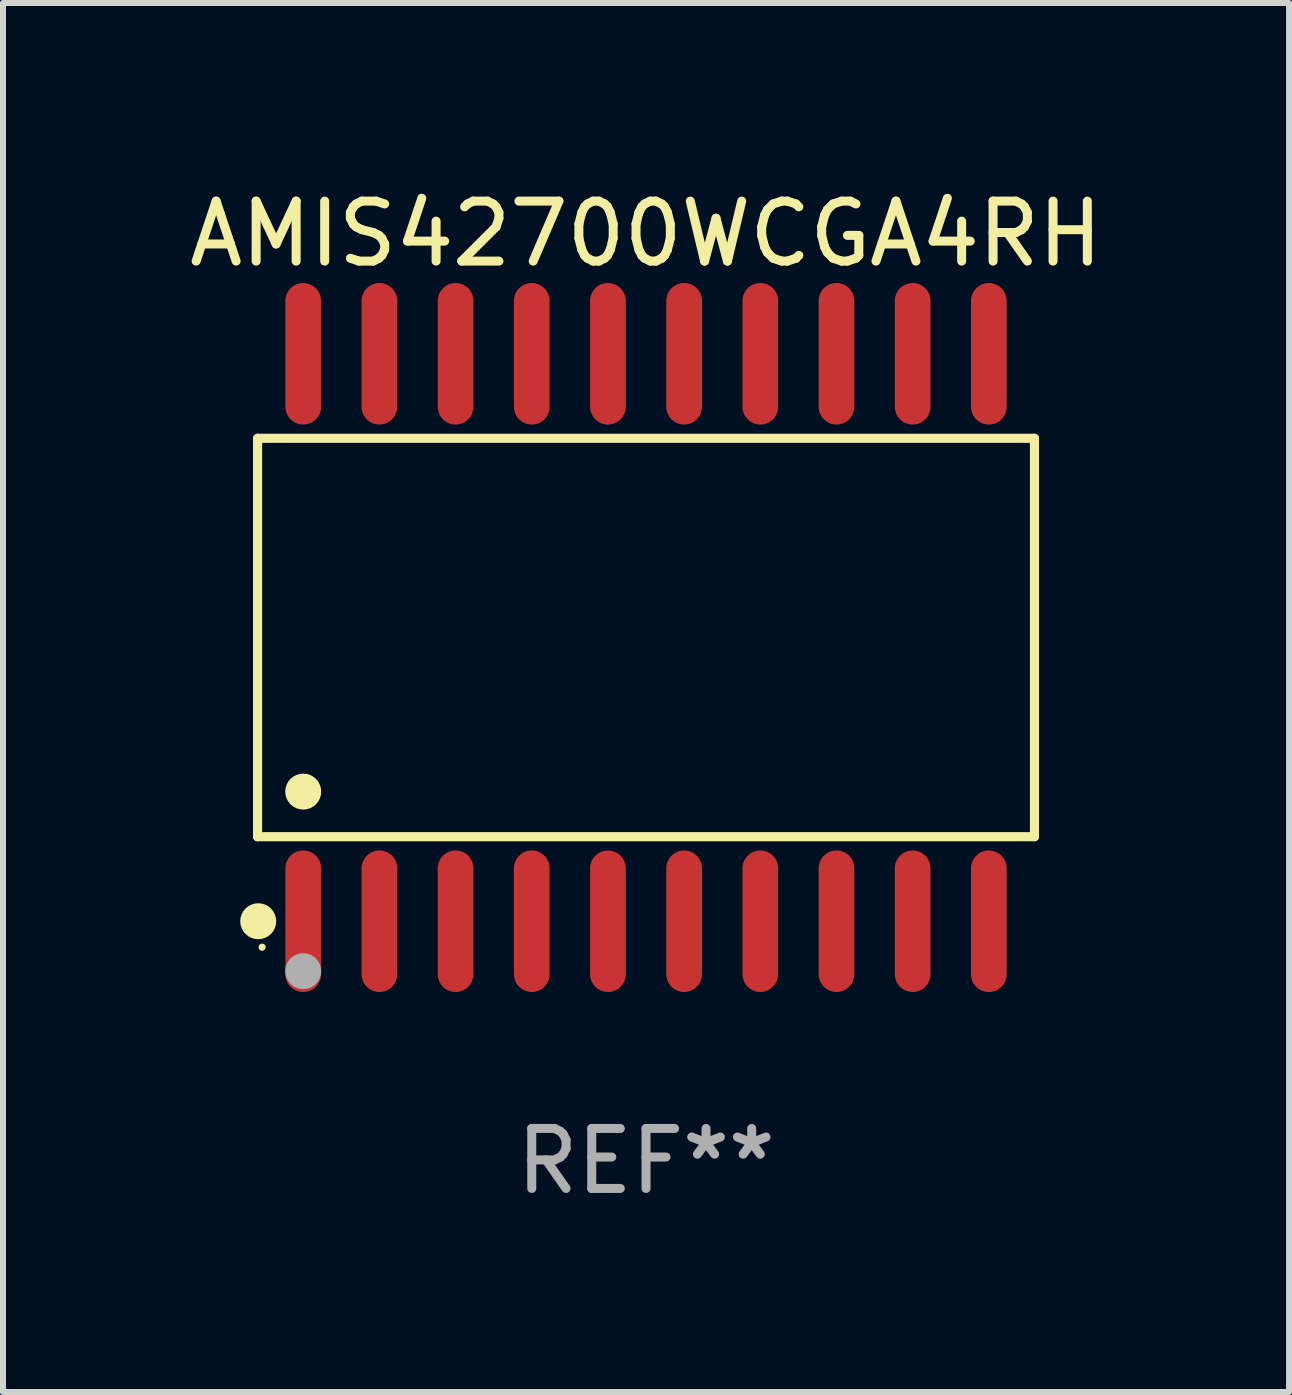
<source format=kicad_pcb>
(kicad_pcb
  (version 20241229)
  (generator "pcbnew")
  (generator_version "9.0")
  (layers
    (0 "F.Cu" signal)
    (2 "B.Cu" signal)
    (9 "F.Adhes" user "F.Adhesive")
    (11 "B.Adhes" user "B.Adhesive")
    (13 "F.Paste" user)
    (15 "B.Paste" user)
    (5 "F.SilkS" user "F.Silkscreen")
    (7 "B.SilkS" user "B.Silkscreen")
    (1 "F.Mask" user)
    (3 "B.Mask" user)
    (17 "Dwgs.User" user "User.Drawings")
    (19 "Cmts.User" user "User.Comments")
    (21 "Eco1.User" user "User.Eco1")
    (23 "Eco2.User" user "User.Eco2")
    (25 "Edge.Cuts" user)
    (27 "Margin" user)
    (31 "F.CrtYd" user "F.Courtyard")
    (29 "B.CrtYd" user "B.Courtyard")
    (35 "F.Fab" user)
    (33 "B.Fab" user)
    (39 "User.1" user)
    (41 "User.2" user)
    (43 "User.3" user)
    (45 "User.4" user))
  (footprint "AMIS42700WCGA4RH"
    (layer "F.Cu")
    (at 7.72 7.578)
    (property "Reference" "AMIS42700WCGA4RH" (at 0 -6.73 0) (layer "F.SilkS") (effects (font (size 1 1) (thickness 0.15))))
    (attr through_hole)
    (fp_line (start -6.476 -3.321) (end 6.476 -3.321) (stroke (width 0.152) (type solid)) (layer "F.SilkS"))
    (fp_line (start -6.476 3.321) (end -6.476 -3.321) (stroke (width 0.152) (type solid)) (layer "F.SilkS"))
    (fp_line (start 6.476 -3.321) (end 6.476 3.321) (stroke (width 0.152) (type solid)) (layer "F.SilkS"))
    (fp_line (start 6.476 3.321) (end -6.476 3.321) (stroke (width 0.152) (type solid)) (layer "F.SilkS"))
    (fp_circle (center -6.465 4.73) (end -6.315 4.73) (stroke (width 0.3) (type solid)) (fill no) (layer "F.SilkS"))
    (fp_circle (center -6.4 5.163) (end -6.37 5.163) (stroke (width 0.06) (type solid)) (fill no) (layer "F.SilkS"))
    (fp_circle (center -5.715 2.569) (end -5.565 2.569) (stroke (width 0.3) (type solid)) (fill no) (layer "F.SilkS"))
    (fp_circle (center -5.715 5.563) (end -5.565 5.563) (stroke (width 0.3) (type solid)) (fill no) (layer "F.Fab"))
    (fp_text user "REF**" (at 0 8.73 0) (layer "F.Fab") (effects (font (size 1 1) (thickness 0.15))))
    (pad "1" smd oval (at -5.715 4.73) (size 0.595 2.36) (layers "F.Cu" "F.Mask" "F.Paste"))
    (pad "2" smd oval (at -4.445 4.73) (size 0.595 2.36) (layers "F.Cu" "F.Mask" "F.Paste"))
    (pad "3" smd oval (at -3.175 4.73) (size 0.595 2.36) (layers "F.Cu" "F.Mask" "F.Paste"))
    (pad "4" smd oval (at -1.905 4.73) (size 0.595 2.36) (layers "F.Cu" "F.Mask" "F.Paste"))
    (pad "5" smd oval (at -0.635 4.73) (size 0.595 2.36) (layers "F.Cu" "F.Mask" "F.Paste"))
    (pad "6" smd oval (at 0.635 4.73) (size 0.595 2.36) (layers "F.Cu" "F.Mask" "F.Paste"))
    (pad "7" smd oval (at 1.905 4.73) (size 0.595 2.36) (layers "F.Cu" "F.Mask" "F.Paste"))
    (pad "8" smd oval (at 3.175 4.73) (size 0.595 2.36) (layers "F.Cu" "F.Mask" "F.Paste"))
    (pad "9" smd oval (at 4.445 4.73) (size 0.595 2.36) (layers "F.Cu" "F.Mask" "F.Paste"))
    (pad "10" smd oval (at 5.715 4.73) (size 0.595 2.36) (layers "F.Cu" "F.Mask" "F.Paste"))
    (pad "11" smd oval (at 5.715 -4.73) (size 0.595 2.36) (layers "F.Cu" "F.Mask" "F.Paste"))
    (pad "12" smd oval (at 4.445 -4.73) (size 0.595 2.36) (layers "F.Cu" "F.Mask" "F.Paste"))
    (pad "13" smd oval (at 3.175 -4.73) (size 0.595 2.36) (layers "F.Cu" "F.Mask" "F.Paste"))
    (pad "14" smd oval (at 1.905 -4.73) (size 0.595 2.36) (layers "F.Cu" "F.Mask" "F.Paste"))
    (pad "15" smd oval (at 0.635 -4.73) (size 0.595 2.36) (layers "F.Cu" "F.Mask" "F.Paste"))
    (pad "16" smd oval (at -0.635 -4.73) (size 0.595 2.36) (layers "F.Cu" "F.Mask" "F.Paste"))
    (pad "17" smd oval (at -1.905 -4.73) (size 0.595 2.36) (layers "F.Cu" "F.Mask" "F.Paste"))
    (pad "18" smd oval (at -3.175 -4.73) (size 0.595 2.36) (layers "F.Cu" "F.Mask" "F.Paste"))
    (pad "19" smd oval (at -4.445 -4.73) (size 0.595 2.36) (layers "F.Cu" "F.Mask" "F.Paste"))
    (pad "20" smd oval (at -5.715 -4.73) (size 0.595 2.36) (layers "F.Cu" "F.Mask" "F.Paste")))
  (gr_rect
    (start -3 -3)
    (end 18.44 20.156)
    (stroke (width 0.1) (type default))
    (fill no)
    (layer "Edge.Cuts")))
</source>
